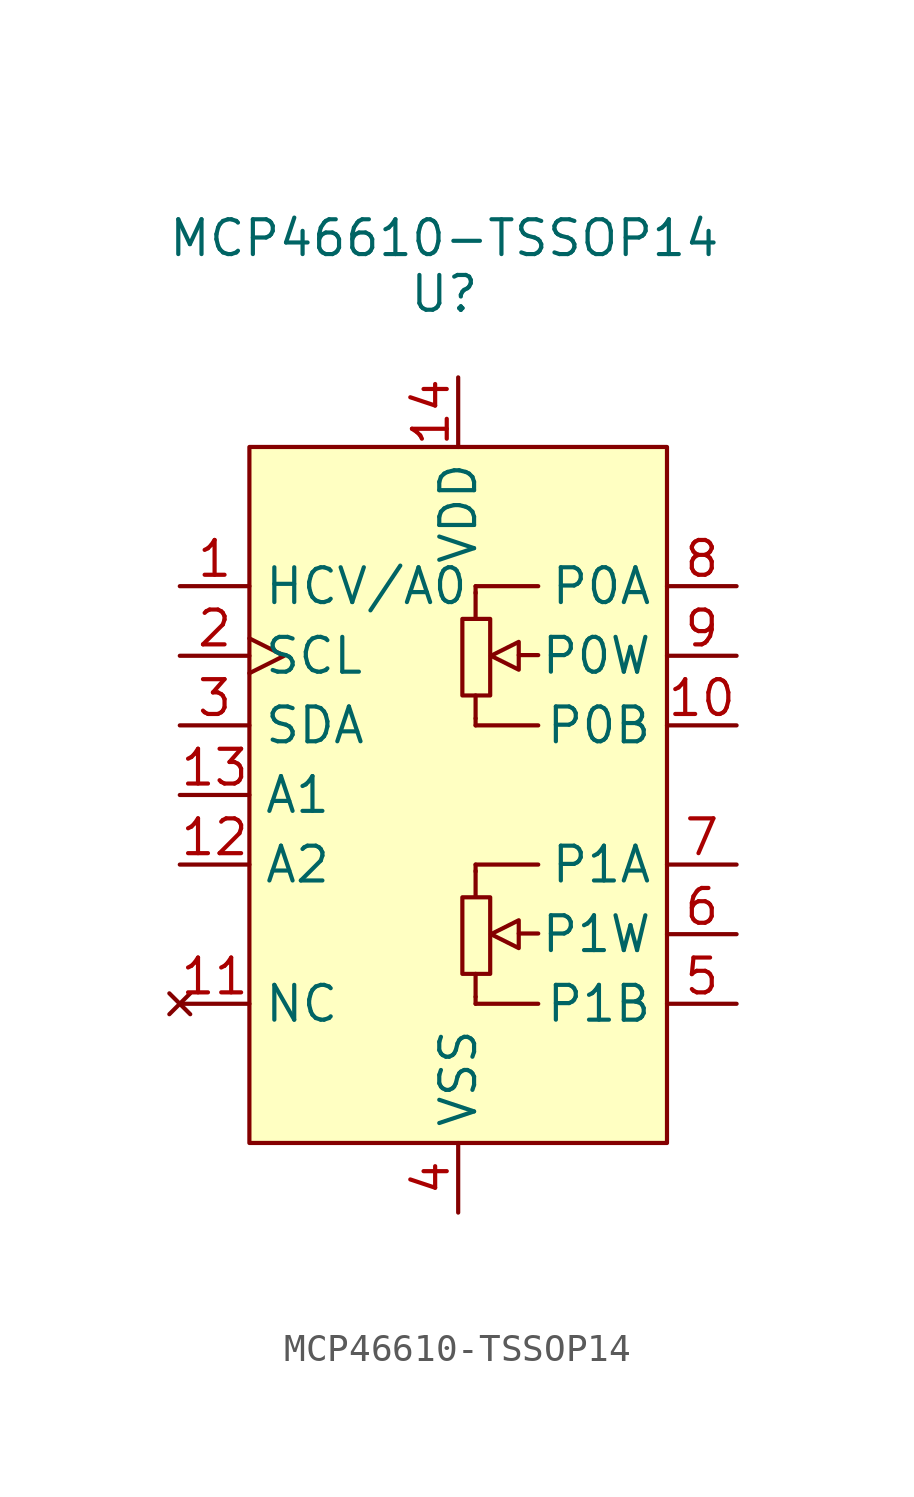
<source format=kicad_sym>
(kicad_symbol_lib
  (version 20231120)
  (generator "kicad_symbol_editor")
  (generator_version "8.0")
  (symbol "MCP46610-TSSOP14"
    (property "Reference" "U"
      (at -0.508 18.288 0)
      (effects (font (size 1.27 1.27))))
    (property "Value" "MCP46610-TSSOP14"
      (at -0.508 20.32 0)
      (effects (font (size 1.27 1.27))))
    (symbol "MCP46610-TSSOP14_1_1"
      (polyline (pts (xy 0.635 -7.366) (xy 0.635 -6.528)) (stroke (width 0) (type default)) (fill (type none)))
      (polyline (pts (xy 0.635 -2.769) (xy 0.635 -3.708)) (stroke (width 0) (type default)) (fill (type none)))
      (polyline (pts (xy 0.635 2.794) (xy 0.635 3.632)) (stroke (width 0) (type default)) (fill (type none)))
      (polyline (pts (xy 0.635 7.391) (xy 0.635 6.452)) (stroke (width 0) (type default)) (fill (type none)))
      (polyline (pts (xy 2.21 -5.055) (xy 2.921 -5.055)) (stroke (width 0) (type default)) (fill (type none)))
      (polyline (pts (xy 2.21 5.105) (xy 2.921 5.105)) (stroke (width 0) (type default)) (fill (type none)))
      (polyline (pts (xy 0.635 -7.62) (xy 0.635 -7.366) (xy 0.635 -7.366)) (stroke (width 0) (type default)) (fill (type background)))
      (polyline (pts (xy 0.635 -7.62) (xy 2.921 -7.62) (xy 2.921 -7.62)) (stroke (width 0) (type default)) (fill (type background)))
      (polyline (pts (xy 0.635 -2.54) (xy 0.635 -2.794) (xy 0.635 -2.794)) (stroke (width 0) (type default)) (fill (type none)))
      (polyline (pts (xy 0.635 -2.54) (xy 2.921 -2.54) (xy 2.921 -2.54)) (stroke (width 0) (type default)) (fill (type background)))
      (polyline (pts (xy 0.635 2.54) (xy 0.635 2.794) (xy 0.635 2.794)) (stroke (width 0) (type default)) (fill (type background)))
      (polyline (pts (xy 0.635 2.54) (xy 2.921 2.54) (xy 2.921 2.54)) (stroke (width 0) (type default)) (fill (type background)))
      (polyline (pts (xy 0.635 7.62) (xy 0.635 7.366) (xy 0.635 7.366)) (stroke (width 0) (type default)) (fill (type none)))
      (polyline (pts (xy 0.635 7.62) (xy 2.921 7.62) (xy 2.921 7.62)) (stroke (width 0) (type default)) (fill (type background)))
      (polyline (pts (xy 2.21 -4.572) (xy 2.21 -5.588) (xy 1.194 -5.08) (xy 2.21 -4.572) (xy 2.21 -4.572)) (stroke (width 0) (type default)) (fill (type background)))
      (polyline (pts (xy 2.21 5.588) (xy 2.21 4.572) (xy 1.194 5.08) (xy 2.21 5.588) (xy 2.21 5.588)) (stroke (width 0) (type default)) (fill (type background)))
      (polyline (pts (xy 0 12.7) (xy 7.62 12.7) (xy 7.62 0) (xy 7.62 -12.7) (xy -7.62 -12.7) (xy -7.62 12.7) (xy 0 12.7)) (stroke (width 0) (type default)) (fill (type background)))
      (rectangle (start 0.152 -3.734) (end 1.168 -6.528) (stroke (width 0) (type default)) (fill (type none)))
      (rectangle (start 0.152 6.426) (end 1.168 3.632) (stroke (width 0) (type default)) (fill (type none)))
      (pin input line (at -10.16 7.62 0) (length 2.54) (name "HCV/A0" (effects (font (size 1.27 1.27)))) (number "1" (effects (font (size 1.27 1.27)))))
      (pin passive line (at 10.16 2.54 180) (length 2.54) (name "P0B" (effects (font (size 1.27 1.27)))) (number "10" (effects (font (size 1.27 1.27)))))
      (pin no_connect line (at -10.16 -7.62 0) (length 2.54) (name "NC" (effects (font (size 1.27 1.27)))) (number "11" (effects (font (size 1.27 1.27)))))
      (pin input line (at -10.16 -2.54 0) (length 2.54) (name "A2" (effects (font (size 1.27 1.27)))) (number "12" (effects (font (size 1.27 1.27)))))
      (pin output line (at -10.16 0 0) (length 2.54) (name "A1" (effects (font (size 1.27 1.27)))) (number "13" (effects (font (size 1.27 1.27)))))
      (pin power_in line (at 0 15.24 270) (length 2.54) (name "VDD" (effects (font (size 1.27 1.27)))) (number "14" (effects (font (size 1.27 1.27)))))
      (pin input clock (at -10.16 5.08 0) (length 2.54) (name "SCL" (effects (font (size 1.27 1.27)))) (number "2" (effects (font (size 1.27 1.27)))))
      (pin input line (at -10.16 2.54 0) (length 2.54) (name "SDA" (effects (font (size 1.27 1.27)))) (number "3" (effects (font (size 1.27 1.27)))))
      (pin power_in line (at 0 -15.24 90) (length 2.54) (name "VSS" (effects (font (size 1.27 1.27)))) (number "4" (effects (font (size 1.27 1.27)))))
      (pin passive line (at 10.16 -7.62 180) (length 2.54) (name "P1B" (effects (font (size 1.27 1.27)))) (number "5" (effects (font (size 1.27 1.27)))))
      (pin passive line (at 10.16 -5.08 180) (length 2.54) (name "P1W" (effects (font (size 1.27 1.27)))) (number "6" (effects (font (size 1.27 1.27)))))
      (pin passive line (at 10.16 -2.54 180) (length 2.54) (name "P1A" (effects (font (size 1.27 1.27)))) (number "7" (effects (font (size 1.27 1.27)))))
      (pin passive line (at 10.16 7.62 180) (length 2.54) (name "P0A" (effects (font (size 1.27 1.27)))) (number "8" (effects (font (size 1.27 1.27)))))
      (pin passive line (at 10.16 5.08 180) (length 2.54) (name "P0W" (effects (font (size 1.27 1.27)))) (number "9" (effects (font (size 1.27 1.27))))))))
</source>
